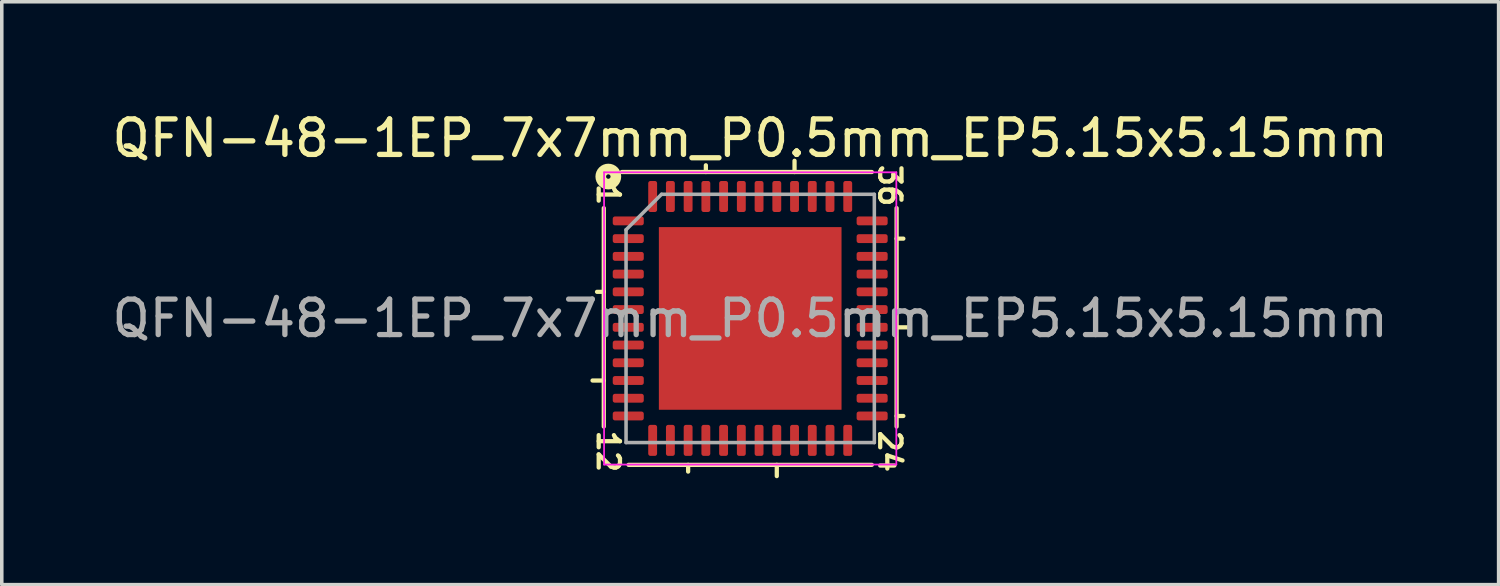
<source format=kicad_pcb>
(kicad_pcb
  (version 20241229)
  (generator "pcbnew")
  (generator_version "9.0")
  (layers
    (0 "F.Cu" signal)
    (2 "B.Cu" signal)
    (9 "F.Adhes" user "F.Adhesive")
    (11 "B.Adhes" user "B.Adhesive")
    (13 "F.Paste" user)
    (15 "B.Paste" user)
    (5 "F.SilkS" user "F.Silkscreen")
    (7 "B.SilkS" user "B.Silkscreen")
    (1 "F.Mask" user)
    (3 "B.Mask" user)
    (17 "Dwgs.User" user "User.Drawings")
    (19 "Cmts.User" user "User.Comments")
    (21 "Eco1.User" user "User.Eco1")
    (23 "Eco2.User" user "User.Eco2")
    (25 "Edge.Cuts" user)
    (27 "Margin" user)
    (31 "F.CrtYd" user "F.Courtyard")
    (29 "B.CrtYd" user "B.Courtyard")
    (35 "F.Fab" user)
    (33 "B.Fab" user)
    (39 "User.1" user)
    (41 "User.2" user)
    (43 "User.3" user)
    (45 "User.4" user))
  (footprint "QFN-48-1EP_7x7mm_P0.5mm_EP5.15x5.15mm"
    (layer "F.Cu")
    (at 18.101 5.928)
    (property "Reference" "QFN-48-1EP_7x7mm_P0.5mm_EP5.15x5.15mm" (at 0 -5.08 0) (layer "F.SilkS") (effects (font (size 1 1) (thickness 0.15))))
    (attr smd)
    (fp_line (start -4.128 -3.111) (end -4.128 3.048) (stroke (width 0.12) (type solid)) (layer "F.SilkS"))
    (fp_line (start -4.128 -0.75) (end -4.318 -0.75) (stroke (width 0.12) (type solid)) (layer "F.SilkS"))
    (fp_line (start -4.128 1.75) (end -4.445 1.75) (stroke (width 0.12) (type solid)) (layer "F.SilkS"))
    (fp_line (start -3.429 4.128) (end 3.429 4.128) (stroke (width 0.12) (type solid)) (layer "F.SilkS"))
    (fp_line (start -1.75 4.128) (end -1.75 4.318) (stroke (width 0.12) (type solid)) (layer "F.SilkS"))
    (fp_line (start -1.25 -4.128) (end -1.25 -4.318) (stroke (width 0.12) (type solid)) (layer "F.SilkS"))
    (fp_line (start 0.75 4.128) (end 0.75 4.445) (stroke (width 0.12) (type solid)) (layer "F.SilkS"))
    (fp_line (start 1.25 -4.128) (end 1.25 -4.445) (stroke (width 0.12) (type solid)) (layer "F.SilkS"))
    (fp_line (start 3.429 -4.128) (end -3.619 -4.128) (stroke (width 0.12) (type solid)) (layer "F.SilkS"))
    (fp_line (start 4.128 -2.25) (end 4.318 -2.25) (stroke (width 0.12) (type solid)) (layer "F.SilkS"))
    (fp_line (start 4.128 0.25) (end 4.445 0.25) (stroke (width 0.12) (type solid)) (layer "F.SilkS"))
    (fp_line (start 4.128 2.75) (end 4.318 2.75) (stroke (width 0.12) (type solid)) (layer "F.SilkS"))
    (fp_line (start 4.128 3.048) (end 4.128 -3.111) (stroke (width 0.12) (type solid)) (layer "F.SilkS"))
    (fp_circle (center -4 -4) (end -3.937 -4) (stroke (width 0.3) (type solid)) (fill no) (layer "F.SilkS"))
    (fp_line (start -4.12 -4.12) (end -4.12 4.12) (stroke (width 0.05) (type solid)) (layer "F.CrtYd"))
    (fp_line (start -4.12 4.12) (end 4.12 4.12) (stroke (width 0.05) (type solid)) (layer "F.CrtYd"))
    (fp_line (start 4.12 -4.12) (end -4.12 -4.12) (stroke (width 0.05) (type solid)) (layer "F.CrtYd"))
    (fp_line (start 4.12 4.12) (end 4.12 -4.12) (stroke (width 0.05) (type solid)) (layer "F.CrtYd"))
    (fp_line (start -3.5 -2.5) (end -2.5 -3.5) (stroke (width 0.1) (type solid)) (layer "F.Fab"))
    (fp_line (start -3.5 3.5) (end -3.5 -2.5) (stroke (width 0.1) (type solid)) (layer "F.Fab"))
    (fp_line (start -2.5 -3.5) (end 3.5 -3.5) (stroke (width 0.1) (type solid)) (layer "F.Fab"))
    (fp_line (start 3.5 -3.5) (end 3.5 3.5) (stroke (width 0.1) (type solid)) (layer "F.Fab"))
    (fp_line (start 3.5 3.5) (end -3.5 3.5) (stroke (width 0.1) (type solid)) (layer "F.Fab"))
    (fp_text user "36" (at 3.937 -3.747 270) (unlocked yes) (layer "F.SilkS") (effects (font (size 0.6 0.6) (thickness 0.12))))
    (fp_text user "12" (at -4 3.747 270) (unlocked yes) (layer "F.SilkS") (effects (font (size 0.6 0.6) (thickness 0.12))))
    (fp_text user "24" (at 3.937 3.747 270) (unlocked yes) (layer "F.SilkS") (effects (font (size 0.6 0.6) (thickness 0.12))))
    (fp_text user "1" (at -4 -3.493 270) (unlocked yes) (layer "F.SilkS") (effects (font (size 0.6 0.6) (thickness 0.12))))
    (fp_text user "${REFERENCE}" (at 0 0 0) (layer "F.Fab") (effects (font (size 1 1) (thickness 0.15))))
    (pad "" smd roundrect (at -1.935 -1.935) (size 1.04 1.04) (layers "F.Paste") (roundrect_rratio 0.24))
    (pad "" smd roundrect (at -1.935 -0.645) (size 1.04 1.04) (layers "F.Paste") (roundrect_rratio 0.24))
    (pad "" smd roundrect (at -1.935 0.645) (size 1.04 1.04) (layers "F.Paste") (roundrect_rratio 0.24))
    (pad "" smd roundrect (at -1.935 1.935) (size 1.04 1.04) (layers "F.Paste") (roundrect_rratio 0.24))
    (pad "" smd roundrect (at -0.645 -1.935) (size 1.04 1.04) (layers "F.Paste") (roundrect_rratio 0.24))
    (pad "" smd roundrect (at -0.645 -0.645) (size 1.04 1.04) (layers "F.Paste") (roundrect_rratio 0.24))
    (pad "" smd roundrect (at -0.645 0.645) (size 1.04 1.04) (layers "F.Paste") (roundrect_rratio 0.24))
    (pad "" smd roundrect (at -0.645 1.935) (size 1.04 1.04) (layers "F.Paste") (roundrect_rratio 0.24))
    (pad "" smd roundrect (at 0.645 -1.935) (size 1.04 1.04) (layers "F.Paste") (roundrect_rratio 0.24))
    (pad "" smd roundrect (at 0.645 -0.645) (size 1.04 1.04) (layers "F.Paste") (roundrect_rratio 0.24))
    (pad "" smd roundrect (at 0.645 0.645) (size 1.04 1.04) (layers "F.Paste") (roundrect_rratio 0.24))
    (pad "" smd roundrect (at 0.645 1.935) (size 1.04 1.04) (layers "F.Paste") (roundrect_rratio 0.24))
    (pad "" smd roundrect (at 1.935 -1.935) (size 1.04 1.04) (layers "F.Paste") (roundrect_rratio 0.24))
    (pad "" smd roundrect (at 1.935 -0.645) (size 1.04 1.04) (layers "F.Paste") (roundrect_rratio 0.24))
    (pad "" smd roundrect (at 1.935 0.645) (size 1.04 1.04) (layers "F.Paste") (roundrect_rratio 0.24))
    (pad "" smd roundrect (at 1.935 1.935) (size 1.04 1.04) (layers "F.Paste") (roundrect_rratio 0.24))
    (pad "1" smd roundrect (at -3.438 -2.75) (size 0.875 0.25) (layers "F.Cu" "F.Mask" "F.Paste") (roundrect_rratio 0.25))
    (pad "2" smd roundrect (at -3.438 -2.25) (size 0.875 0.25) (layers "F.Cu" "F.Mask" "F.Paste") (roundrect_rratio 0.25))
    (pad "3" smd roundrect (at -3.438 -1.75) (size 0.875 0.25) (layers "F.Cu" "F.Mask" "F.Paste") (roundrect_rratio 0.25))
    (pad "4" smd roundrect (at -3.438 -1.25) (size 0.875 0.25) (layers "F.Cu" "F.Mask" "F.Paste") (roundrect_rratio 0.25))
    (pad "5" smd roundrect (at -3.438 -0.75) (size 0.875 0.25) (layers "F.Cu" "F.Mask" "F.Paste") (roundrect_rratio 0.25))
    (pad "6" smd roundrect (at -3.438 -0.25) (size 0.875 0.25) (layers "F.Cu" "F.Mask" "F.Paste") (roundrect_rratio 0.25))
    (pad "7" smd roundrect (at -3.438 0.25) (size 0.875 0.25) (layers "F.Cu" "F.Mask" "F.Paste") (roundrect_rratio 0.25))
    (pad "8" smd roundrect (at -3.438 0.75) (size 0.875 0.25) (layers "F.Cu" "F.Mask" "F.Paste") (roundrect_rratio 0.25))
    (pad "9" smd roundrect (at -3.438 1.25) (size 0.875 0.25) (layers "F.Cu" "F.Mask" "F.Paste") (roundrect_rratio 0.25))
    (pad "10" smd roundrect (at -3.438 1.75) (size 0.875 0.25) (layers "F.Cu" "F.Mask" "F.Paste") (roundrect_rratio 0.25))
    (pad "11" smd roundrect (at -3.438 2.25) (size 0.875 0.25) (layers "F.Cu" "F.Mask" "F.Paste") (roundrect_rratio 0.25))
    (pad "12" smd roundrect (at -3.438 2.75) (size 0.875 0.25) (layers "F.Cu" "F.Mask" "F.Paste") (roundrect_rratio 0.25))
    (pad "13" smd roundrect (at -2.75 3.438) (size 0.25 0.875) (layers "F.Cu" "F.Mask" "F.Paste") (roundrect_rratio 0.25))
    (pad "14" smd roundrect (at -2.25 3.438) (size 0.25 0.875) (layers "F.Cu" "F.Mask" "F.Paste") (roundrect_rratio 0.25))
    (pad "15" smd roundrect (at -1.75 3.438) (size 0.25 0.875) (layers "F.Cu" "F.Mask" "F.Paste") (roundrect_rratio 0.25))
    (pad "16" smd roundrect (at -1.25 3.438) (size 0.25 0.875) (layers "F.Cu" "F.Mask" "F.Paste") (roundrect_rratio 0.25))
    (pad "17" smd roundrect (at -0.75 3.438) (size 0.25 0.875) (layers "F.Cu" "F.Mask" "F.Paste") (roundrect_rratio 0.25))
    (pad "18" smd roundrect (at -0.25 3.438) (size 0.25 0.875) (layers "F.Cu" "F.Mask" "F.Paste") (roundrect_rratio 0.25))
    (pad "19" smd roundrect (at 0.25 3.438) (size 0.25 0.875) (layers "F.Cu" "F.Mask" "F.Paste") (roundrect_rratio 0.25))
    (pad "20" smd roundrect (at 0.75 3.438) (size 0.25 0.875) (layers "F.Cu" "F.Mask" "F.Paste") (roundrect_rratio 0.25))
    (pad "21" smd roundrect (at 1.25 3.438) (size 0.25 0.875) (layers "F.Cu" "F.Mask" "F.Paste") (roundrect_rratio 0.25))
    (pad "22" smd roundrect (at 1.75 3.438) (size 0.25 0.875) (layers "F.Cu" "F.Mask" "F.Paste") (roundrect_rratio 0.25))
    (pad "23" smd roundrect (at 2.25 3.438) (size 0.25 0.875) (layers "F.Cu" "F.Mask" "F.Paste") (roundrect_rratio 0.25))
    (pad "24" smd roundrect (at 2.75 3.438) (size 0.25 0.875) (layers "F.Cu" "F.Mask" "F.Paste") (roundrect_rratio 0.25))
    (pad "25" smd roundrect (at 3.438 2.75) (size 0.875 0.25) (layers "F.Cu" "F.Mask" "F.Paste") (roundrect_rratio 0.25))
    (pad "26" smd roundrect (at 3.438 2.25) (size 0.875 0.25) (layers "F.Cu" "F.Mask" "F.Paste") (roundrect_rratio 0.25))
    (pad "27" smd roundrect (at 3.438 1.75) (size 0.875 0.25) (layers "F.Cu" "F.Mask" "F.Paste") (roundrect_rratio 0.25))
    (pad "28" smd roundrect (at 3.438 1.25) (size 0.875 0.25) (layers "F.Cu" "F.Mask" "F.Paste") (roundrect_rratio 0.25))
    (pad "29" smd roundrect (at 3.438 0.75) (size 0.875 0.25) (layers "F.Cu" "F.Mask" "F.Paste") (roundrect_rratio 0.25))
    (pad "30" smd roundrect (at 3.438 0.25) (size 0.875 0.25) (layers "F.Cu" "F.Mask" "F.Paste") (roundrect_rratio 0.25))
    (pad "31" smd roundrect (at 3.438 -0.25) (size 0.875 0.25) (layers "F.Cu" "F.Mask" "F.Paste") (roundrect_rratio 0.25))
    (pad "32" smd roundrect (at 3.438 -0.75) (size 0.875 0.25) (layers "F.Cu" "F.Mask" "F.Paste") (roundrect_rratio 0.25))
    (pad "33" smd roundrect (at 3.438 -1.25) (size 0.875 0.25) (layers "F.Cu" "F.Mask" "F.Paste") (roundrect_rratio 0.25))
    (pad "34" smd roundrect (at 3.438 -1.75) (size 0.875 0.25) (layers "F.Cu" "F.Mask" "F.Paste") (roundrect_rratio 0.25))
    (pad "35" smd roundrect (at 3.438 -2.25) (size 0.875 0.25) (layers "F.Cu" "F.Mask" "F.Paste") (roundrect_rratio 0.25))
    (pad "36" smd roundrect (at 3.438 -2.75) (size 0.875 0.25) (layers "F.Cu" "F.Mask" "F.Paste") (roundrect_rratio 0.25))
    (pad "37" smd roundrect (at 2.75 -3.438) (size 0.25 0.875) (layers "F.Cu" "F.Mask" "F.Paste") (roundrect_rratio 0.25))
    (pad "38" smd roundrect (at 2.25 -3.438) (size 0.25 0.875) (layers "F.Cu" "F.Mask" "F.Paste") (roundrect_rratio 0.25))
    (pad "39" smd roundrect (at 1.75 -3.438) (size 0.25 0.875) (layers "F.Cu" "F.Mask" "F.Paste") (roundrect_rratio 0.25))
    (pad "40" smd roundrect (at 1.25 -3.438) (size 0.25 0.875) (layers "F.Cu" "F.Mask" "F.Paste") (roundrect_rratio 0.25))
    (pad "41" smd roundrect (at 0.75 -3.438) (size 0.25 0.875) (layers "F.Cu" "F.Mask" "F.Paste") (roundrect_rratio 0.25))
    (pad "42" smd roundrect (at 0.25 -3.438) (size 0.25 0.875) (layers "F.Cu" "F.Mask" "F.Paste") (roundrect_rratio 0.25))
    (pad "43" smd roundrect (at -0.25 -3.438) (size 0.25 0.875) (layers "F.Cu" "F.Mask" "F.Paste") (roundrect_rratio 0.25))
    (pad "44" smd roundrect (at -0.75 -3.438) (size 0.25 0.875) (layers "F.Cu" "F.Mask" "F.Paste") (roundrect_rratio 0.25))
    (pad "45" smd roundrect (at -1.25 -3.438) (size 0.25 0.875) (layers "F.Cu" "F.Mask" "F.Paste") (roundrect_rratio 0.25))
    (pad "46" smd roundrect (at -1.75 -3.438) (size 0.25 0.875) (layers "F.Cu" "F.Mask" "F.Paste") (roundrect_rratio 0.25))
    (pad "47" smd roundrect (at -2.25 -3.438) (size 0.25 0.875) (layers "F.Cu" "F.Mask" "F.Paste") (roundrect_rratio 0.25))
    (pad "48" smd roundrect (at -2.75 -3.438) (size 0.25 0.875) (layers "F.Cu" "F.Mask" "F.Paste") (roundrect_rratio 0.25))
    (pad "49" smd rect (at 0 0) (size 5.15 5.15) (layers "F.Cu" "F.Mask")))
  (gr_rect
    (start -3 -3)
    (end 39.202 13.433)
    (stroke (width 0.1) (type default))
    (fill no)
    (layer "Edge.Cuts")))
</source>
